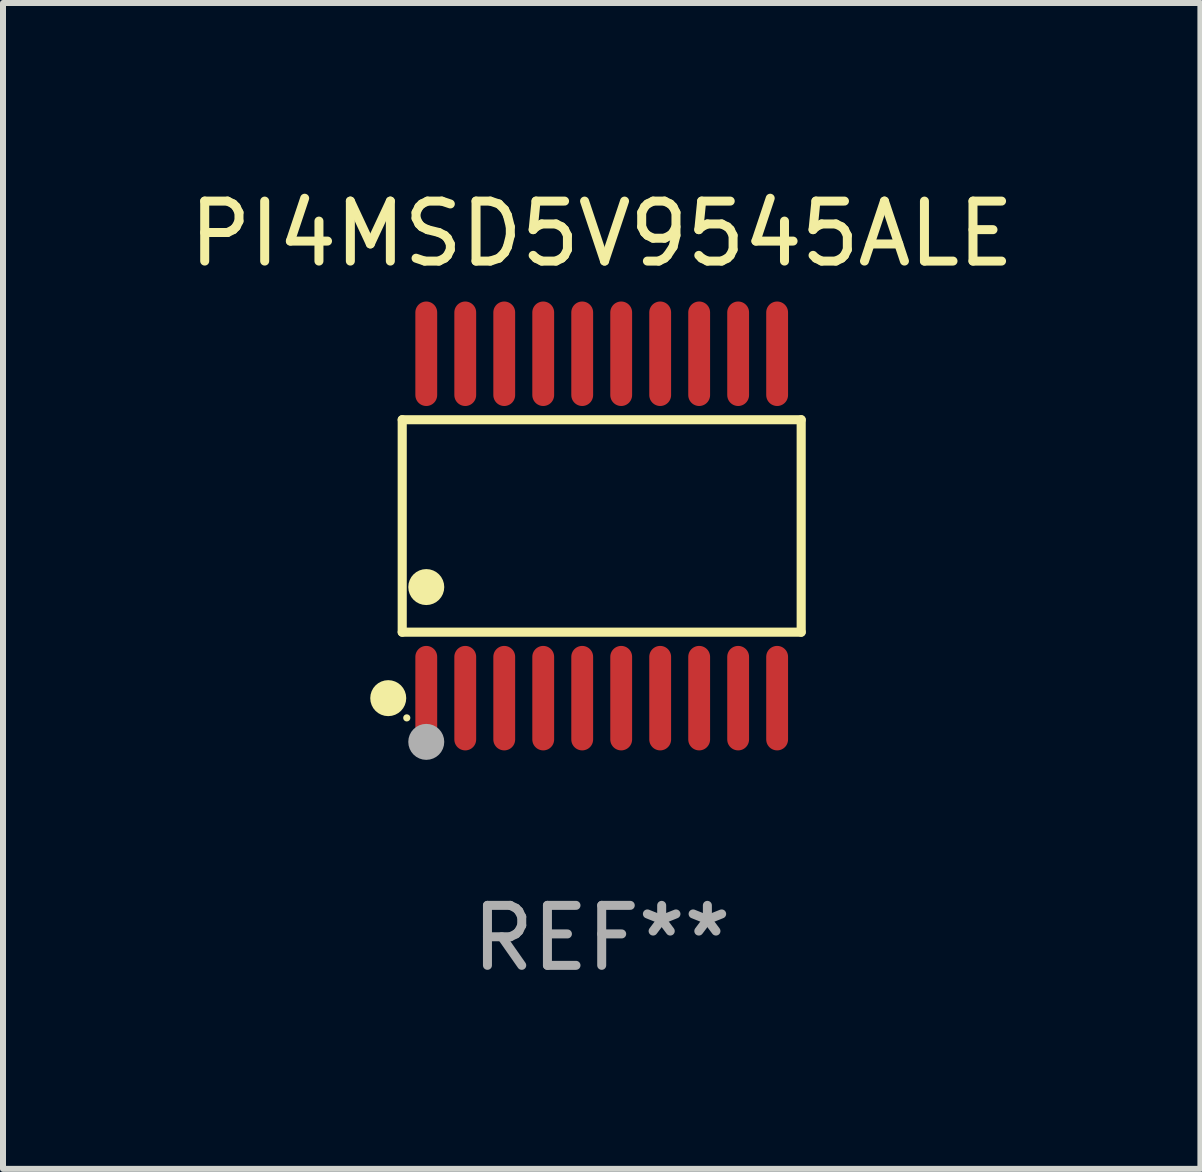
<source format=kicad_pcb>
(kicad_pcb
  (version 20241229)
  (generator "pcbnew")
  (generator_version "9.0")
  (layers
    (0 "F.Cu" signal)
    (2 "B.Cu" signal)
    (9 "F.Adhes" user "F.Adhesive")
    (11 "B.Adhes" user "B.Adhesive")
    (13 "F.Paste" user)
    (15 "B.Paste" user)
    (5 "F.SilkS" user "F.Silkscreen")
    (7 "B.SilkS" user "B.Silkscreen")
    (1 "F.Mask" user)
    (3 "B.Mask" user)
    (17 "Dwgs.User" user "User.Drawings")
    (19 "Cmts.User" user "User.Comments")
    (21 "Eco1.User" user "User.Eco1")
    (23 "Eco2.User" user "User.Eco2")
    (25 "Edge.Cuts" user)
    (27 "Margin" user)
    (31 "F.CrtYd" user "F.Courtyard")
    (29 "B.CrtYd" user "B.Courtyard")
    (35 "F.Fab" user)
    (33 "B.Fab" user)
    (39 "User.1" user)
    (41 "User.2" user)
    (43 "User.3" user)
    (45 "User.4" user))
  (footprint "PI4MSD5V9545ALE"
    (layer "F.Cu")
    (at 6.982 5.719)
    (property "Reference" "PI4MSD5V9545ALE" (at 0 -4.871 0) (layer "F.SilkS") (effects (font (size 1 1) (thickness 0.15))))
    (attr through_hole)
    (fp_line (start -3.326 -1.771) (end 3.326 -1.771) (stroke (width 0.152) (type solid)) (layer "F.SilkS"))
    (fp_line (start -3.326 1.771) (end -3.326 -1.771) (stroke (width 0.152) (type solid)) (layer "F.SilkS"))
    (fp_line (start 3.326 -1.771) (end 3.326 1.771) (stroke (width 0.152) (type solid)) (layer "F.SilkS"))
    (fp_line (start 3.326 1.771) (end -3.326 1.771) (stroke (width 0.152) (type solid)) (layer "F.SilkS"))
    (fp_circle (center -3.559 2.871) (end -3.409 2.871) (stroke (width 0.3) (type solid)) (fill no) (layer "F.SilkS"))
    (fp_circle (center -3.25 3.2) (end -3.22 3.2) (stroke (width 0.06) (type solid)) (fill no) (layer "F.SilkS"))
    (fp_circle (center -2.925 1.019) (end -2.775 1.019) (stroke (width 0.3) (type solid)) (fill no) (layer "F.SilkS"))
    (fp_circle (center -2.925 3.6) (end -2.775 3.6) (stroke (width 0.3) (type solid)) (fill no) (layer "F.Fab"))
    (fp_text user "REF**" (at 0 6.871 0) (layer "F.Fab") (effects (font (size 1 1) (thickness 0.15))))
    (pad "1" smd oval (at -2.925 2.871) (size 0.364 1.742) (layers "F.Cu" "F.Mask" "F.Paste"))
    (pad "2" smd oval (at -2.275 2.871) (size 0.364 1.742) (layers "F.Cu" "F.Mask" "F.Paste"))
    (pad "3" smd oval (at -1.625 2.871) (size 0.364 1.742) (layers "F.Cu" "F.Mask" "F.Paste"))
    (pad "4" smd oval (at -0.975 2.871) (size 0.364 1.742) (layers "F.Cu" "F.Mask" "F.Paste"))
    (pad "5" smd oval (at -0.325 2.871) (size 0.364 1.742) (layers "F.Cu" "F.Mask" "F.Paste"))
    (pad "6" smd oval (at 0.325 2.871) (size 0.364 1.742) (layers "F.Cu" "F.Mask" "F.Paste"))
    (pad "7" smd oval (at 0.975 2.871) (size 0.364 1.742) (layers "F.Cu" "F.Mask" "F.Paste"))
    (pad "8" smd oval (at 1.625 2.871) (size 0.364 1.742) (layers "F.Cu" "F.Mask" "F.Paste"))
    (pad "9" smd oval (at 2.275 2.871) (size 0.364 1.742) (layers "F.Cu" "F.Mask" "F.Paste"))
    (pad "10" smd oval (at 2.925 2.871) (size 0.364 1.742) (layers "F.Cu" "F.Mask" "F.Paste"))
    (pad "11" smd oval (at 2.925 -2.871) (size 0.364 1.742) (layers "F.Cu" "F.Mask" "F.Paste"))
    (pad "12" smd oval (at 2.275 -2.871) (size 0.364 1.742) (layers "F.Cu" "F.Mask" "F.Paste"))
    (pad "13" smd oval (at 1.625 -2.871) (size 0.364 1.742) (layers "F.Cu" "F.Mask" "F.Paste"))
    (pad "14" smd oval (at 0.975 -2.871) (size 0.364 1.742) (layers "F.Cu" "F.Mask" "F.Paste"))
    (pad "15" smd oval (at 0.325 -2.871) (size 0.364 1.742) (layers "F.Cu" "F.Mask" "F.Paste"))
    (pad "16" smd oval (at -0.325 -2.871) (size 0.364 1.742) (layers "F.Cu" "F.Mask" "F.Paste"))
    (pad "17" smd oval (at -0.975 -2.871) (size 0.364 1.742) (layers "F.Cu" "F.Mask" "F.Paste"))
    (pad "18" smd oval (at -1.625 -2.871) (size 0.364 1.742) (layers "F.Cu" "F.Mask" "F.Paste"))
    (pad "19" smd oval (at -2.275 -2.871) (size 0.364 1.742) (layers "F.Cu" "F.Mask" "F.Paste"))
    (pad "20" smd oval (at -2.925 -2.871) (size 0.364 1.742) (layers "F.Cu" "F.Mask" "F.Paste")))
  (gr_rect
    (start -3 -3)
    (end 16.964 16.438)
    (stroke (width 0.1) (type default))
    (fill no)
    (layer "Edge.Cuts")))
</source>
